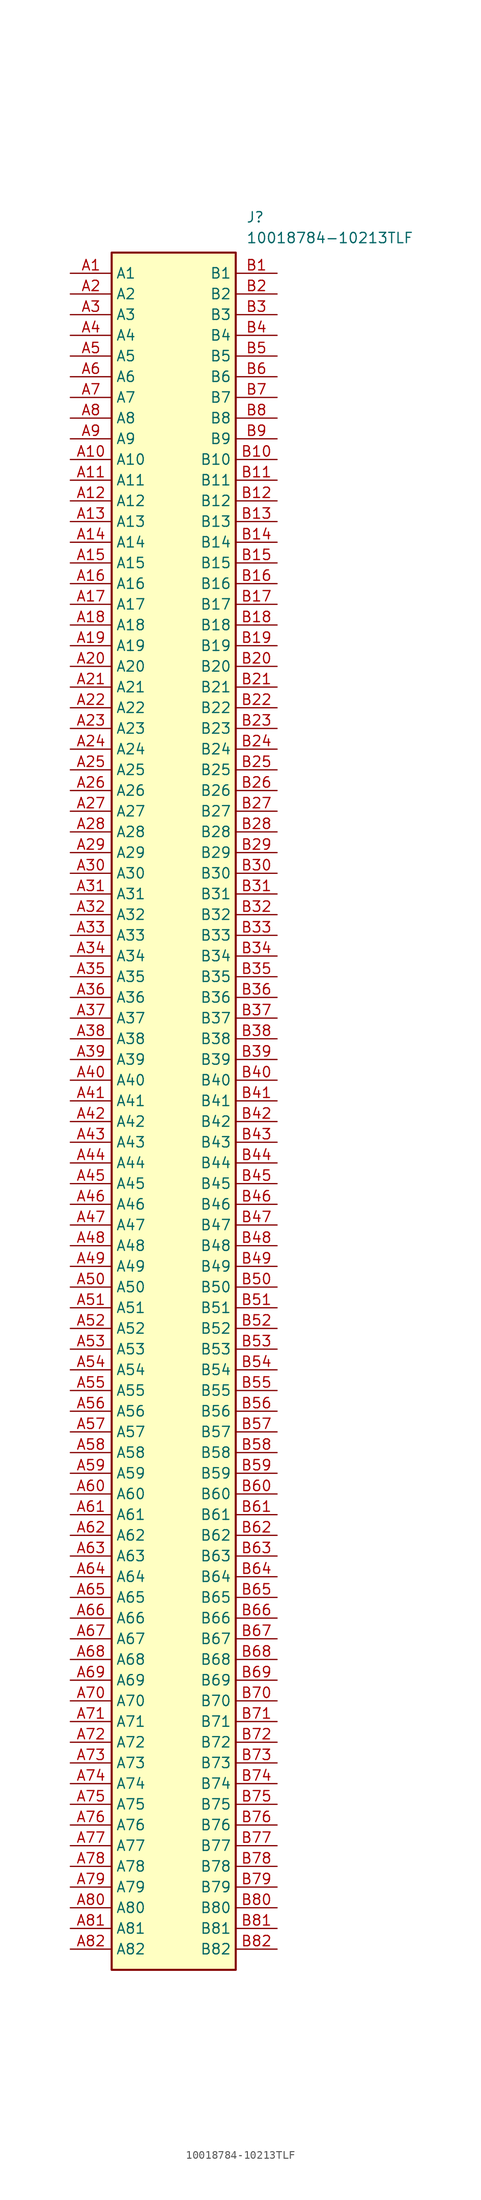
<source format=kicad_sym>
(kicad_symbol_lib
  (version 20241209)
  (generator "kicad_symbol_editor")
  (generator_version "9.0")
  (symbol "10018784-10213TLF"
    (property "Reference" "J"
      (at 21.59 7.62 0)
      (effects (font (size 1.27 1.27)) (justify left top)))
    (property "Value" "10018784-10213TLF"
      (at 21.59 5.08 0)
      (effects (font (size 1.27 1.27)) (justify left top)))
    (symbol "10018784-10213TLF_1_1"
      (rectangle (start 5.08 2.54) (end 20.32 -208.28) (stroke (width 0.254) (type default)) (fill (type background)))
      (pin passive line (at 0 0 0) (length 5.08) (name "A1" (effects (font (size 1.27 1.27)))) (number "A1" (effects (font (size 1.27 1.27)))))
      (pin passive line (at 0 -2.54 0) (length 5.08) (name "A2" (effects (font (size 1.27 1.27)))) (number "A2" (effects (font (size 1.27 1.27)))))
      (pin passive line (at 0 -5.08 0) (length 5.08) (name "A3" (effects (font (size 1.27 1.27)))) (number "A3" (effects (font (size 1.27 1.27)))))
      (pin passive line (at 0 -7.62 0) (length 5.08) (name "A4" (effects (font (size 1.27 1.27)))) (number "A4" (effects (font (size 1.27 1.27)))))
      (pin passive line (at 0 -10.16 0) (length 5.08) (name "A5" (effects (font (size 1.27 1.27)))) (number "A5" (effects (font (size 1.27 1.27)))))
      (pin passive line (at 0 -12.7 0) (length 5.08) (name "A6" (effects (font (size 1.27 1.27)))) (number "A6" (effects (font (size 1.27 1.27)))))
      (pin passive line (at 0 -15.24 0) (length 5.08) (name "A7" (effects (font (size 1.27 1.27)))) (number "A7" (effects (font (size 1.27 1.27)))))
      (pin passive line (at 0 -17.78 0) (length 5.08) (name "A8" (effects (font (size 1.27 1.27)))) (number "A8" (effects (font (size 1.27 1.27)))))
      (pin passive line (at 0 -20.32 0) (length 5.08) (name "A9" (effects (font (size 1.27 1.27)))) (number "A9" (effects (font (size 1.27 1.27)))))
      (pin passive line (at 0 -22.86 0) (length 5.08) (name "A10" (effects (font (size 1.27 1.27)))) (number "A10" (effects (font (size 1.27 1.27)))))
      (pin passive line (at 0 -25.4 0) (length 5.08) (name "A11" (effects (font (size 1.27 1.27)))) (number "A11" (effects (font (size 1.27 1.27)))))
      (pin passive line (at 0 -27.94 0) (length 5.08) (name "A12" (effects (font (size 1.27 1.27)))) (number "A12" (effects (font (size 1.27 1.27)))))
      (pin passive line (at 0 -30.48 0) (length 5.08) (name "A13" (effects (font (size 1.27 1.27)))) (number "A13" (effects (font (size 1.27 1.27)))))
      (pin passive line (at 0 -33.02 0) (length 5.08) (name "A14" (effects (font (size 1.27 1.27)))) (number "A14" (effects (font (size 1.27 1.27)))))
      (pin passive line (at 0 -35.56 0) (length 5.08) (name "A15" (effects (font (size 1.27 1.27)))) (number "A15" (effects (font (size 1.27 1.27)))))
      (pin passive line (at 0 -38.1 0) (length 5.08) (name "A16" (effects (font (size 1.27 1.27)))) (number "A16" (effects (font (size 1.27 1.27)))))
      (pin passive line (at 0 -40.64 0) (length 5.08) (name "A17" (effects (font (size 1.27 1.27)))) (number "A17" (effects (font (size 1.27 1.27)))))
      (pin passive line (at 0 -43.18 0) (length 5.08) (name "A18" (effects (font (size 1.27 1.27)))) (number "A18" (effects (font (size 1.27 1.27)))))
      (pin passive line (at 0 -45.72 0) (length 5.08) (name "A19" (effects (font (size 1.27 1.27)))) (number "A19" (effects (font (size 1.27 1.27)))))
      (pin passive line (at 0 -48.26 0) (length 5.08) (name "A20" (effects (font (size 1.27 1.27)))) (number "A20" (effects (font (size 1.27 1.27)))))
      (pin passive line (at 0 -50.8 0) (length 5.08) (name "A21" (effects (font (size 1.27 1.27)))) (number "A21" (effects (font (size 1.27 1.27)))))
      (pin passive line (at 0 -53.34 0) (length 5.08) (name "A22" (effects (font (size 1.27 1.27)))) (number "A22" (effects (font (size 1.27 1.27)))))
      (pin passive line (at 0 -55.88 0) (length 5.08) (name "A23" (effects (font (size 1.27 1.27)))) (number "A23" (effects (font (size 1.27 1.27)))))
      (pin passive line (at 0 -58.42 0) (length 5.08) (name "A24" (effects (font (size 1.27 1.27)))) (number "A24" (effects (font (size 1.27 1.27)))))
      (pin passive line (at 0 -60.96 0) (length 5.08) (name "A25" (effects (font (size 1.27 1.27)))) (number "A25" (effects (font (size 1.27 1.27)))))
      (pin passive line (at 0 -63.5 0) (length 5.08) (name "A26" (effects (font (size 1.27 1.27)))) (number "A26" (effects (font (size 1.27 1.27)))))
      (pin passive line (at 0 -66.04 0) (length 5.08) (name "A27" (effects (font (size 1.27 1.27)))) (number "A27" (effects (font (size 1.27 1.27)))))
      (pin passive line (at 0 -68.58 0) (length 5.08) (name "A28" (effects (font (size 1.27 1.27)))) (number "A28" (effects (font (size 1.27 1.27)))))
      (pin passive line (at 0 -71.12 0) (length 5.08) (name "A29" (effects (font (size 1.27 1.27)))) (number "A29" (effects (font (size 1.27 1.27)))))
      (pin passive line (at 0 -73.66 0) (length 5.08) (name "A30" (effects (font (size 1.27 1.27)))) (number "A30" (effects (font (size 1.27 1.27)))))
      (pin passive line (at 0 -76.2 0) (length 5.08) (name "A31" (effects (font (size 1.27 1.27)))) (number "A31" (effects (font (size 1.27 1.27)))))
      (pin passive line (at 0 -78.74 0) (length 5.08) (name "A32" (effects (font (size 1.27 1.27)))) (number "A32" (effects (font (size 1.27 1.27)))))
      (pin passive line (at 0 -81.28 0) (length 5.08) (name "A33" (effects (font (size 1.27 1.27)))) (number "A33" (effects (font (size 1.27 1.27)))))
      (pin passive line (at 0 -83.82 0) (length 5.08) (name "A34" (effects (font (size 1.27 1.27)))) (number "A34" (effects (font (size 1.27 1.27)))))
      (pin passive line (at 0 -86.36 0) (length 5.08) (name "A35" (effects (font (size 1.27 1.27)))) (number "A35" (effects (font (size 1.27 1.27)))))
      (pin passive line (at 0 -88.9 0) (length 5.08) (name "A36" (effects (font (size 1.27 1.27)))) (number "A36" (effects (font (size 1.27 1.27)))))
      (pin passive line (at 0 -91.44 0) (length 5.08) (name "A37" (effects (font (size 1.27 1.27)))) (number "A37" (effects (font (size 1.27 1.27)))))
      (pin passive line (at 0 -93.98 0) (length 5.08) (name "A38" (effects (font (size 1.27 1.27)))) (number "A38" (effects (font (size 1.27 1.27)))))
      (pin passive line (at 0 -96.52 0) (length 5.08) (name "A39" (effects (font (size 1.27 1.27)))) (number "A39" (effects (font (size 1.27 1.27)))))
      (pin passive line (at 0 -99.06 0) (length 5.08) (name "A40" (effects (font (size 1.27 1.27)))) (number "A40" (effects (font (size 1.27 1.27)))))
      (pin passive line (at 0 -101.6 0) (length 5.08) (name "A41" (effects (font (size 1.27 1.27)))) (number "A41" (effects (font (size 1.27 1.27)))))
      (pin passive line (at 0 -104.14 0) (length 5.08) (name "A42" (effects (font (size 1.27 1.27)))) (number "A42" (effects (font (size 1.27 1.27)))))
      (pin passive line (at 0 -106.68 0) (length 5.08) (name "A43" (effects (font (size 1.27 1.27)))) (number "A43" (effects (font (size 1.27 1.27)))))
      (pin passive line (at 0 -109.22 0) (length 5.08) (name "A44" (effects (font (size 1.27 1.27)))) (number "A44" (effects (font (size 1.27 1.27)))))
      (pin passive line (at 0 -111.76 0) (length 5.08) (name "A45" (effects (font (size 1.27 1.27)))) (number "A45" (effects (font (size 1.27 1.27)))))
      (pin passive line (at 0 -114.3 0) (length 5.08) (name "A46" (effects (font (size 1.27 1.27)))) (number "A46" (effects (font (size 1.27 1.27)))))
      (pin passive line (at 0 -116.84 0) (length 5.08) (name "A47" (effects (font (size 1.27 1.27)))) (number "A47" (effects (font (size 1.27 1.27)))))
      (pin passive line (at 0 -119.38 0) (length 5.08) (name "A48" (effects (font (size 1.27 1.27)))) (number "A48" (effects (font (size 1.27 1.27)))))
      (pin passive line (at 0 -121.92 0) (length 5.08) (name "A49" (effects (font (size 1.27 1.27)))) (number "A49" (effects (font (size 1.27 1.27)))))
      (pin passive line (at 0 -124.46 0) (length 5.08) (name "A50" (effects (font (size 1.27 1.27)))) (number "A50" (effects (font (size 1.27 1.27)))))
      (pin passive line (at 0 -127 0) (length 5.08) (name "A51" (effects (font (size 1.27 1.27)))) (number "A51" (effects (font (size 1.27 1.27)))))
      (pin passive line (at 0 -129.54 0) (length 5.08) (name "A52" (effects (font (size 1.27 1.27)))) (number "A52" (effects (font (size 1.27 1.27)))))
      (pin passive line (at 0 -132.08 0) (length 5.08) (name "A53" (effects (font (size 1.27 1.27)))) (number "A53" (effects (font (size 1.27 1.27)))))
      (pin passive line (at 0 -134.62 0) (length 5.08) (name "A54" (effects (font (size 1.27 1.27)))) (number "A54" (effects (font (size 1.27 1.27)))))
      (pin passive line (at 0 -137.16 0) (length 5.08) (name "A55" (effects (font (size 1.27 1.27)))) (number "A55" (effects (font (size 1.27 1.27)))))
      (pin passive line (at 0 -139.7 0) (length 5.08) (name "A56" (effects (font (size 1.27 1.27)))) (number "A56" (effects (font (size 1.27 1.27)))))
      (pin passive line (at 0 -142.24 0) (length 5.08) (name "A57" (effects (font (size 1.27 1.27)))) (number "A57" (effects (font (size 1.27 1.27)))))
      (pin passive line (at 0 -144.78 0) (length 5.08) (name "A58" (effects (font (size 1.27 1.27)))) (number "A58" (effects (font (size 1.27 1.27)))))
      (pin passive line (at 0 -147.32 0) (length 5.08) (name "A59" (effects (font (size 1.27 1.27)))) (number "A59" (effects (font (size 1.27 1.27)))))
      (pin passive line (at 0 -149.86 0) (length 5.08) (name "A60" (effects (font (size 1.27 1.27)))) (number "A60" (effects (font (size 1.27 1.27)))))
      (pin passive line (at 0 -152.4 0) (length 5.08) (name "A61" (effects (font (size 1.27 1.27)))) (number "A61" (effects (font (size 1.27 1.27)))))
      (pin passive line (at 0 -154.94 0) (length 5.08) (name "A62" (effects (font (size 1.27 1.27)))) (number "A62" (effects (font (size 1.27 1.27)))))
      (pin passive line (at 0 -157.48 0) (length 5.08) (name "A63" (effects (font (size 1.27 1.27)))) (number "A63" (effects (font (size 1.27 1.27)))))
      (pin passive line (at 0 -160.02 0) (length 5.08) (name "A64" (effects (font (size 1.27 1.27)))) (number "A64" (effects (font (size 1.27 1.27)))))
      (pin passive line (at 0 -162.56 0) (length 5.08) (name "A65" (effects (font (size 1.27 1.27)))) (number "A65" (effects (font (size 1.27 1.27)))))
      (pin passive line (at 0 -165.1 0) (length 5.08) (name "A66" (effects (font (size 1.27 1.27)))) (number "A66" (effects (font (size 1.27 1.27)))))
      (pin passive line (at 0 -167.64 0) (length 5.08) (name "A67" (effects (font (size 1.27 1.27)))) (number "A67" (effects (font (size 1.27 1.27)))))
      (pin passive line (at 0 -170.18 0) (length 5.08) (name "A68" (effects (font (size 1.27 1.27)))) (number "A68" (effects (font (size 1.27 1.27)))))
      (pin passive line (at 0 -172.72 0) (length 5.08) (name "A69" (effects (font (size 1.27 1.27)))) (number "A69" (effects (font (size 1.27 1.27)))))
      (pin passive line (at 0 -175.26 0) (length 5.08) (name "A70" (effects (font (size 1.27 1.27)))) (number "A70" (effects (font (size 1.27 1.27)))))
      (pin passive line (at 0 -177.8 0) (length 5.08) (name "A71" (effects (font (size 1.27 1.27)))) (number "A71" (effects (font (size 1.27 1.27)))))
      (pin passive line (at 0 -180.34 0) (length 5.08) (name "A72" (effects (font (size 1.27 1.27)))) (number "A72" (effects (font (size 1.27 1.27)))))
      (pin passive line (at 0 -182.88 0) (length 5.08) (name "A73" (effects (font (size 1.27 1.27)))) (number "A73" (effects (font (size 1.27 1.27)))))
      (pin passive line (at 0 -185.42 0) (length 5.08) (name "A74" (effects (font (size 1.27 1.27)))) (number "A74" (effects (font (size 1.27 1.27)))))
      (pin passive line (at 0 -187.96 0) (length 5.08) (name "A75" (effects (font (size 1.27 1.27)))) (number "A75" (effects (font (size 1.27 1.27)))))
      (pin passive line (at 0 -190.5 0) (length 5.08) (name "A76" (effects (font (size 1.27 1.27)))) (number "A76" (effects (font (size 1.27 1.27)))))
      (pin passive line (at 0 -193.04 0) (length 5.08) (name "A77" (effects (font (size 1.27 1.27)))) (number "A77" (effects (font (size 1.27 1.27)))))
      (pin passive line (at 0 -195.58 0) (length 5.08) (name "A78" (effects (font (size 1.27 1.27)))) (number "A78" (effects (font (size 1.27 1.27)))))
      (pin passive line (at 0 -198.12 0) (length 5.08) (name "A79" (effects (font (size 1.27 1.27)))) (number "A79" (effects (font (size 1.27 1.27)))))
      (pin passive line (at 0 -200.66 0) (length 5.08) (name "A80" (effects (font (size 1.27 1.27)))) (number "A80" (effects (font (size 1.27 1.27)))))
      (pin passive line (at 0 -203.2 0) (length 5.08) (name "A81" (effects (font (size 1.27 1.27)))) (number "A81" (effects (font (size 1.27 1.27)))))
      (pin passive line (at 0 -205.74 0) (length 5.08) (name "A82" (effects (font (size 1.27 1.27)))) (number "A82" (effects (font (size 1.27 1.27)))))
      (pin passive line (at 25.4 0 180) (length 5.08) (name "B1" (effects (font (size 1.27 1.27)))) (number "B1" (effects (font (size 1.27 1.27)))))
      (pin passive line (at 25.4 -2.54 180) (length 5.08) (name "B2" (effects (font (size 1.27 1.27)))) (number "B2" (effects (font (size 1.27 1.27)))))
      (pin passive line (at 25.4 -5.08 180) (length 5.08) (name "B3" (effects (font (size 1.27 1.27)))) (number "B3" (effects (font (size 1.27 1.27)))))
      (pin passive line (at 25.4 -7.62 180) (length 5.08) (name "B4" (effects (font (size 1.27 1.27)))) (number "B4" (effects (font (size 1.27 1.27)))))
      (pin passive line (at 25.4 -10.16 180) (length 5.08) (name "B5" (effects (font (size 1.27 1.27)))) (number "B5" (effects (font (size 1.27 1.27)))))
      (pin passive line (at 25.4 -12.7 180) (length 5.08) (name "B6" (effects (font (size 1.27 1.27)))) (number "B6" (effects (font (size 1.27 1.27)))))
      (pin passive line (at 25.4 -15.24 180) (length 5.08) (name "B7" (effects (font (size 1.27 1.27)))) (number "B7" (effects (font (size 1.27 1.27)))))
      (pin passive line (at 25.4 -17.78 180) (length 5.08) (name "B8" (effects (font (size 1.27 1.27)))) (number "B8" (effects (font (size 1.27 1.27)))))
      (pin passive line (at 25.4 -20.32 180) (length 5.08) (name "B9" (effects (font (size 1.27 1.27)))) (number "B9" (effects (font (size 1.27 1.27)))))
      (pin passive line (at 25.4 -22.86 180) (length 5.08) (name "B10" (effects (font (size 1.27 1.27)))) (number "B10" (effects (font (size 1.27 1.27)))))
      (pin passive line (at 25.4 -25.4 180) (length 5.08) (name "B11" (effects (font (size 1.27 1.27)))) (number "B11" (effects (font (size 1.27 1.27)))))
      (pin passive line (at 25.4 -27.94 180) (length 5.08) (name "B12" (effects (font (size 1.27 1.27)))) (number "B12" (effects (font (size 1.27 1.27)))))
      (pin passive line (at 25.4 -30.48 180) (length 5.08) (name "B13" (effects (font (size 1.27 1.27)))) (number "B13" (effects (font (size 1.27 1.27)))))
      (pin passive line (at 25.4 -33.02 180) (length 5.08) (name "B14" (effects (font (size 1.27 1.27)))) (number "B14" (effects (font (size 1.27 1.27)))))
      (pin passive line (at 25.4 -35.56 180) (length 5.08) (name "B15" (effects (font (size 1.27 1.27)))) (number "B15" (effects (font (size 1.27 1.27)))))
      (pin passive line (at 25.4 -38.1 180) (length 5.08) (name "B16" (effects (font (size 1.27 1.27)))) (number "B16" (effects (font (size 1.27 1.27)))))
      (pin passive line (at 25.4 -40.64 180) (length 5.08) (name "B17" (effects (font (size 1.27 1.27)))) (number "B17" (effects (font (size 1.27 1.27)))))
      (pin passive line (at 25.4 -43.18 180) (length 5.08) (name "B18" (effects (font (size 1.27 1.27)))) (number "B18" (effects (font (size 1.27 1.27)))))
      (pin passive line (at 25.4 -45.72 180) (length 5.08) (name "B19" (effects (font (size 1.27 1.27)))) (number "B19" (effects (font (size 1.27 1.27)))))
      (pin passive line (at 25.4 -48.26 180) (length 5.08) (name "B20" (effects (font (size 1.27 1.27)))) (number "B20" (effects (font (size 1.27 1.27)))))
      (pin passive line (at 25.4 -50.8 180) (length 5.08) (name "B21" (effects (font (size 1.27 1.27)))) (number "B21" (effects (font (size 1.27 1.27)))))
      (pin passive line (at 25.4 -53.34 180) (length 5.08) (name "B22" (effects (font (size 1.27 1.27)))) (number "B22" (effects (font (size 1.27 1.27)))))
      (pin passive line (at 25.4 -55.88 180) (length 5.08) (name "B23" (effects (font (size 1.27 1.27)))) (number "B23" (effects (font (size 1.27 1.27)))))
      (pin passive line (at 25.4 -58.42 180) (length 5.08) (name "B24" (effects (font (size 1.27 1.27)))) (number "B24" (effects (font (size 1.27 1.27)))))
      (pin passive line (at 25.4 -60.96 180) (length 5.08) (name "B25" (effects (font (size 1.27 1.27)))) (number "B25" (effects (font (size 1.27 1.27)))))
      (pin passive line (at 25.4 -63.5 180) (length 5.08) (name "B26" (effects (font (size 1.27 1.27)))) (number "B26" (effects (font (size 1.27 1.27)))))
      (pin passive line (at 25.4 -66.04 180) (length 5.08) (name "B27" (effects (font (size 1.27 1.27)))) (number "B27" (effects (font (size 1.27 1.27)))))
      (pin passive line (at 25.4 -68.58 180) (length 5.08) (name "B28" (effects (font (size 1.27 1.27)))) (number "B28" (effects (font (size 1.27 1.27)))))
      (pin passive line (at 25.4 -71.12 180) (length 5.08) (name "B29" (effects (font (size 1.27 1.27)))) (number "B29" (effects (font (size 1.27 1.27)))))
      (pin passive line (at 25.4 -73.66 180) (length 5.08) (name "B30" (effects (font (size 1.27 1.27)))) (number "B30" (effects (font (size 1.27 1.27)))))
      (pin passive line (at 25.4 -76.2 180) (length 5.08) (name "B31" (effects (font (size 1.27 1.27)))) (number "B31" (effects (font (size 1.27 1.27)))))
      (pin passive line (at 25.4 -78.74 180) (length 5.08) (name "B32" (effects (font (size 1.27 1.27)))) (number "B32" (effects (font (size 1.27 1.27)))))
      (pin passive line (at 25.4 -81.28 180) (length 5.08) (name "B33" (effects (font (size 1.27 1.27)))) (number "B33" (effects (font (size 1.27 1.27)))))
      (pin passive line (at 25.4 -83.82 180) (length 5.08) (name "B34" (effects (font (size 1.27 1.27)))) (number "B34" (effects (font (size 1.27 1.27)))))
      (pin passive line (at 25.4 -86.36 180) (length 5.08) (name "B35" (effects (font (size 1.27 1.27)))) (number "B35" (effects (font (size 1.27 1.27)))))
      (pin passive line (at 25.4 -88.9 180) (length 5.08) (name "B36" (effects (font (size 1.27 1.27)))) (number "B36" (effects (font (size 1.27 1.27)))))
      (pin passive line (at 25.4 -91.44 180) (length 5.08) (name "B37" (effects (font (size 1.27 1.27)))) (number "B37" (effects (font (size 1.27 1.27)))))
      (pin passive line (at 25.4 -93.98 180) (length 5.08) (name "B38" (effects (font (size 1.27 1.27)))) (number "B38" (effects (font (size 1.27 1.27)))))
      (pin passive line (at 25.4 -96.52 180) (length 5.08) (name "B39" (effects (font (size 1.27 1.27)))) (number "B39" (effects (font (size 1.27 1.27)))))
      (pin passive line (at 25.4 -99.06 180) (length 5.08) (name "B40" (effects (font (size 1.27 1.27)))) (number "B40" (effects (font (size 1.27 1.27)))))
      (pin passive line (at 25.4 -101.6 180) (length 5.08) (name "B41" (effects (font (size 1.27 1.27)))) (number "B41" (effects (font (size 1.27 1.27)))))
      (pin passive line (at 25.4 -104.14 180) (length 5.08) (name "B42" (effects (font (size 1.27 1.27)))) (number "B42" (effects (font (size 1.27 1.27)))))
      (pin passive line (at 25.4 -106.68 180) (length 5.08) (name "B43" (effects (font (size 1.27 1.27)))) (number "B43" (effects (font (size 1.27 1.27)))))
      (pin passive line (at 25.4 -109.22 180) (length 5.08) (name "B44" (effects (font (size 1.27 1.27)))) (number "B44" (effects (font (size 1.27 1.27)))))
      (pin passive line (at 25.4 -111.76 180) (length 5.08) (name "B45" (effects (font (size 1.27 1.27)))) (number "B45" (effects (font (size 1.27 1.27)))))
      (pin passive line (at 25.4 -114.3 180) (length 5.08) (name "B46" (effects (font (size 1.27 1.27)))) (number "B46" (effects (font (size 1.27 1.27)))))
      (pin passive line (at 25.4 -116.84 180) (length 5.08) (name "B47" (effects (font (size 1.27 1.27)))) (number "B47" (effects (font (size 1.27 1.27)))))
      (pin passive line (at 25.4 -119.38 180) (length 5.08) (name "B48" (effects (font (size 1.27 1.27)))) (number "B48" (effects (font (size 1.27 1.27)))))
      (pin passive line (at 25.4 -121.92 180) (length 5.08) (name "B49" (effects (font (size 1.27 1.27)))) (number "B49" (effects (font (size 1.27 1.27)))))
      (pin passive line (at 25.4 -124.46 180) (length 5.08) (name "B50" (effects (font (size 1.27 1.27)))) (number "B50" (effects (font (size 1.27 1.27)))))
      (pin passive line (at 25.4 -127 180) (length 5.08) (name "B51" (effects (font (size 1.27 1.27)))) (number "B51" (effects (font (size 1.27 1.27)))))
      (pin passive line (at 25.4 -129.54 180) (length 5.08) (name "B52" (effects (font (size 1.27 1.27)))) (number "B52" (effects (font (size 1.27 1.27)))))
      (pin passive line (at 25.4 -132.08 180) (length 5.08) (name "B53" (effects (font (size 1.27 1.27)))) (number "B53" (effects (font (size 1.27 1.27)))))
      (pin passive line (at 25.4 -134.62 180) (length 5.08) (name "B54" (effects (font (size 1.27 1.27)))) (number "B54" (effects (font (size 1.27 1.27)))))
      (pin passive line (at 25.4 -137.16 180) (length 5.08) (name "B55" (effects (font (size 1.27 1.27)))) (number "B55" (effects (font (size 1.27 1.27)))))
      (pin passive line (at 25.4 -139.7 180) (length 5.08) (name "B56" (effects (font (size 1.27 1.27)))) (number "B56" (effects (font (size 1.27 1.27)))))
      (pin passive line (at 25.4 -142.24 180) (length 5.08) (name "B57" (effects (font (size 1.27 1.27)))) (number "B57" (effects (font (size 1.27 1.27)))))
      (pin passive line (at 25.4 -144.78 180) (length 5.08) (name "B58" (effects (font (size 1.27 1.27)))) (number "B58" (effects (font (size 1.27 1.27)))))
      (pin passive line (at 25.4 -147.32 180) (length 5.08) (name "B59" (effects (font (size 1.27 1.27)))) (number "B59" (effects (font (size 1.27 1.27)))))
      (pin passive line (at 25.4 -149.86 180) (length 5.08) (name "B60" (effects (font (size 1.27 1.27)))) (number "B60" (effects (font (size 1.27 1.27)))))
      (pin passive line (at 25.4 -152.4 180) (length 5.08) (name "B61" (effects (font (size 1.27 1.27)))) (number "B61" (effects (font (size 1.27 1.27)))))
      (pin passive line (at 25.4 -154.94 180) (length 5.08) (name "B62" (effects (font (size 1.27 1.27)))) (number "B62" (effects (font (size 1.27 1.27)))))
      (pin passive line (at 25.4 -157.48 180) (length 5.08) (name "B63" (effects (font (size 1.27 1.27)))) (number "B63" (effects (font (size 1.27 1.27)))))
      (pin passive line (at 25.4 -160.02 180) (length 5.08) (name "B64" (effects (font (size 1.27 1.27)))) (number "B64" (effects (font (size 1.27 1.27)))))
      (pin passive line (at 25.4 -162.56 180) (length 5.08) (name "B65" (effects (font (size 1.27 1.27)))) (number "B65" (effects (font (size 1.27 1.27)))))
      (pin passive line (at 25.4 -165.1 180) (length 5.08) (name "B66" (effects (font (size 1.27 1.27)))) (number "B66" (effects (font (size 1.27 1.27)))))
      (pin passive line (at 25.4 -167.64 180) (length 5.08) (name "B67" (effects (font (size 1.27 1.27)))) (number "B67" (effects (font (size 1.27 1.27)))))
      (pin passive line (at 25.4 -170.18 180) (length 5.08) (name "B68" (effects (font (size 1.27 1.27)))) (number "B68" (effects (font (size 1.27 1.27)))))
      (pin passive line (at 25.4 -172.72 180) (length 5.08) (name "B69" (effects (font (size 1.27 1.27)))) (number "B69" (effects (font (size 1.27 1.27)))))
      (pin passive line (at 25.4 -175.26 180) (length 5.08) (name "B70" (effects (font (size 1.27 1.27)))) (number "B70" (effects (font (size 1.27 1.27)))))
      (pin passive line (at 25.4 -177.8 180) (length 5.08) (name "B71" (effects (font (size 1.27 1.27)))) (number "B71" (effects (font (size 1.27 1.27)))))
      (pin passive line (at 25.4 -180.34 180) (length 5.08) (name "B72" (effects (font (size 1.27 1.27)))) (number "B72" (effects (font (size 1.27 1.27)))))
      (pin passive line (at 25.4 -182.88 180) (length 5.08) (name "B73" (effects (font (size 1.27 1.27)))) (number "B73" (effects (font (size 1.27 1.27)))))
      (pin passive line (at 25.4 -185.42 180) (length 5.08) (name "B74" (effects (font (size 1.27 1.27)))) (number "B74" (effects (font (size 1.27 1.27)))))
      (pin passive line (at 25.4 -187.96 180) (length 5.08) (name "B75" (effects (font (size 1.27 1.27)))) (number "B75" (effects (font (size 1.27 1.27)))))
      (pin passive line (at 25.4 -190.5 180) (length 5.08) (name "B76" (effects (font (size 1.27 1.27)))) (number "B76" (effects (font (size 1.27 1.27)))))
      (pin passive line (at 25.4 -193.04 180) (length 5.08) (name "B77" (effects (font (size 1.27 1.27)))) (number "B77" (effects (font (size 1.27 1.27)))))
      (pin passive line (at 25.4 -195.58 180) (length 5.08) (name "B78" (effects (font (size 1.27 1.27)))) (number "B78" (effects (font (size 1.27 1.27)))))
      (pin passive line (at 25.4 -198.12 180) (length 5.08) (name "B79" (effects (font (size 1.27 1.27)))) (number "B79" (effects (font (size 1.27 1.27)))))
      (pin passive line (at 25.4 -200.66 180) (length 5.08) (name "B80" (effects (font (size 1.27 1.27)))) (number "B80" (effects (font (size 1.27 1.27)))))
      (pin passive line (at 25.4 -203.2 180) (length 5.08) (name "B81" (effects (font (size 1.27 1.27)))) (number "B81" (effects (font (size 1.27 1.27)))))
      (pin passive line (at 25.4 -205.74 180) (length 5.08) (name "B82" (effects (font (size 1.27 1.27)))) (number "B82" (effects (font (size 1.27 1.27))))))))
</source>
